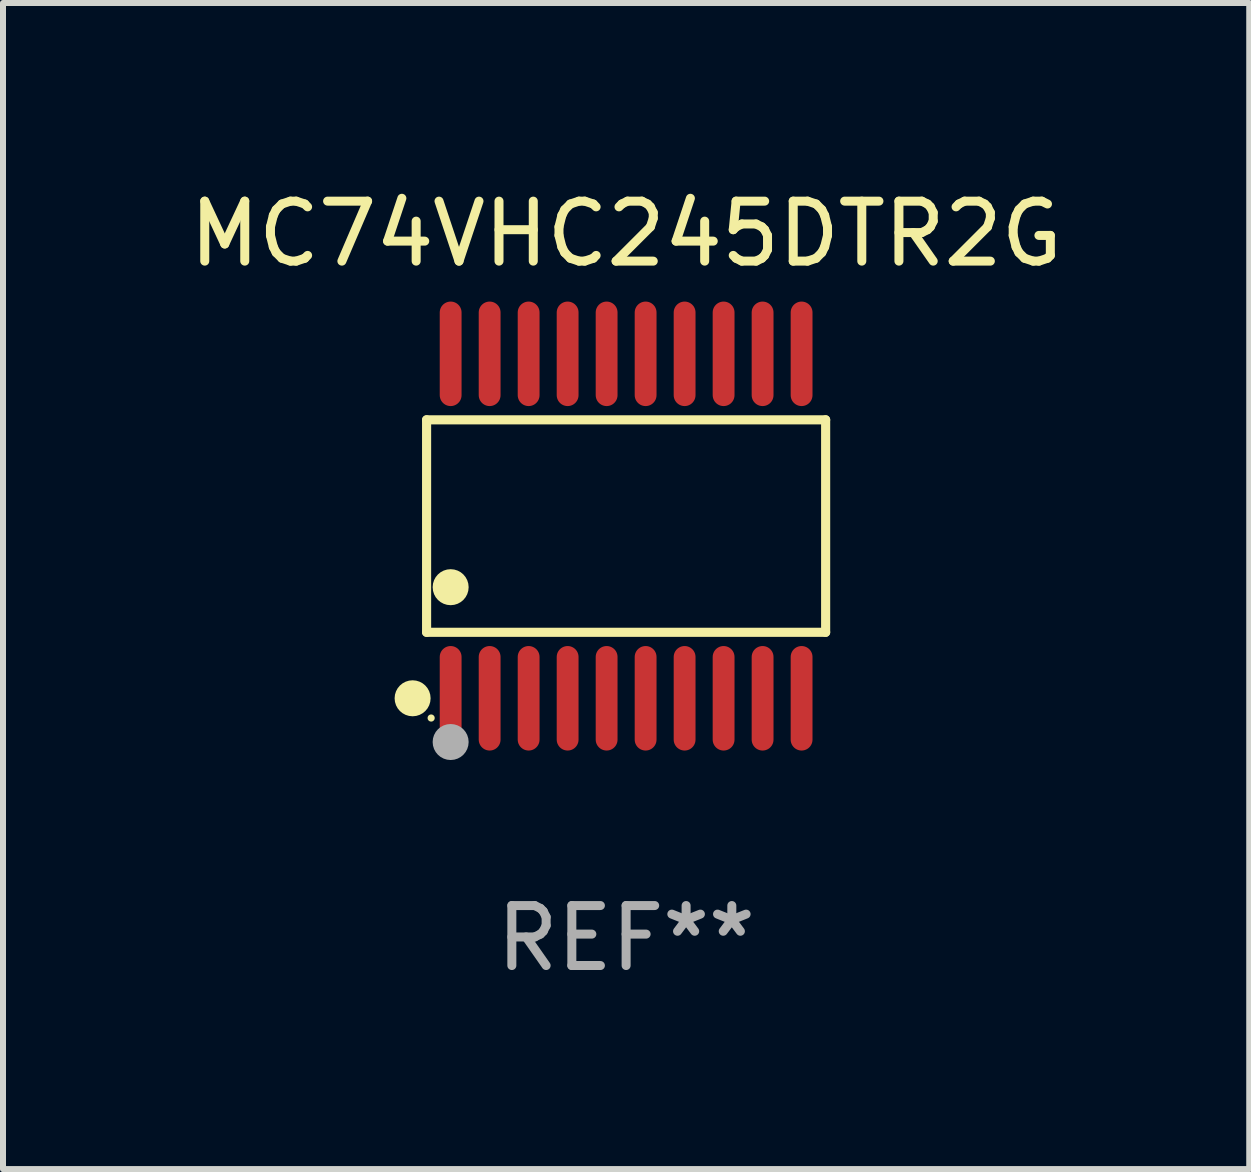
<source format=kicad_pcb>
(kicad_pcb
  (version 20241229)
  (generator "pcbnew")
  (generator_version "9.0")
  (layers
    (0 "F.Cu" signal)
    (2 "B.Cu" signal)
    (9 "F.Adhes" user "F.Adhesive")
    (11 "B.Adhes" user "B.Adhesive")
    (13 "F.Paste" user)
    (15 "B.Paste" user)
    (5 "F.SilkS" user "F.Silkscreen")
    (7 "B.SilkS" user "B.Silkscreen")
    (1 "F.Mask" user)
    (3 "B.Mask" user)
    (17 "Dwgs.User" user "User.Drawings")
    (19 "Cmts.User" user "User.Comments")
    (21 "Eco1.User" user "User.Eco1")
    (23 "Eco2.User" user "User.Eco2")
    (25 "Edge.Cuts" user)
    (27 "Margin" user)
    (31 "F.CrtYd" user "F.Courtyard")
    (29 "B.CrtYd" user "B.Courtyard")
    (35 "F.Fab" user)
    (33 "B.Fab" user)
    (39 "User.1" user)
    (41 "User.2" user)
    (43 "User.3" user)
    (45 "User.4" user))
  (footprint "MC74VHC245DTR2G"
    (layer "F.Cu")
    (at 7.387 5.719)
    (property "Reference" "MC74VHC245DTR2G" (at 0 -4.871 0) (layer "F.SilkS") (effects (font (size 1 1) (thickness 0.15))))
    (attr through_hole)
    (fp_line (start -3.326 -1.771) (end 3.326 -1.771) (stroke (width 0.152) (type solid)) (layer "F.SilkS"))
    (fp_line (start -3.326 1.771) (end -3.326 -1.771) (stroke (width 0.152) (type solid)) (layer "F.SilkS"))
    (fp_line (start 3.326 -1.771) (end 3.326 1.771) (stroke (width 0.152) (type solid)) (layer "F.SilkS"))
    (fp_line (start 3.326 1.771) (end -3.326 1.771) (stroke (width 0.152) (type solid)) (layer "F.SilkS"))
    (fp_circle (center -3.559 2.871) (end -3.409 2.871) (stroke (width 0.3) (type solid)) (fill no) (layer "F.SilkS"))
    (fp_circle (center -3.25 3.2) (end -3.22 3.2) (stroke (width 0.06) (type solid)) (fill no) (layer "F.SilkS"))
    (fp_circle (center -2.925 1.019) (end -2.775 1.019) (stroke (width 0.3) (type solid)) (fill no) (layer "F.SilkS"))
    (fp_circle (center -2.925 3.6) (end -2.775 3.6) (stroke (width 0.3) (type solid)) (fill no) (layer "F.Fab"))
    (fp_text user "REF**" (at 0 6.871 0) (layer "F.Fab") (effects (font (size 1 1) (thickness 0.15))))
    (pad "1" smd oval (at -2.925 2.871) (size 0.364 1.742) (layers "F.Cu" "F.Mask" "F.Paste"))
    (pad "2" smd oval (at -2.275 2.871) (size 0.364 1.742) (layers "F.Cu" "F.Mask" "F.Paste"))
    (pad "3" smd oval (at -1.625 2.871) (size 0.364 1.742) (layers "F.Cu" "F.Mask" "F.Paste"))
    (pad "4" smd oval (at -0.975 2.871) (size 0.364 1.742) (layers "F.Cu" "F.Mask" "F.Paste"))
    (pad "5" smd oval (at -0.325 2.871) (size 0.364 1.742) (layers "F.Cu" "F.Mask" "F.Paste"))
    (pad "6" smd oval (at 0.325 2.871) (size 0.364 1.742) (layers "F.Cu" "F.Mask" "F.Paste"))
    (pad "7" smd oval (at 0.975 2.871) (size 0.364 1.742) (layers "F.Cu" "F.Mask" "F.Paste"))
    (pad "8" smd oval (at 1.625 2.871) (size 0.364 1.742) (layers "F.Cu" "F.Mask" "F.Paste"))
    (pad "9" smd oval (at 2.275 2.871) (size 0.364 1.742) (layers "F.Cu" "F.Mask" "F.Paste"))
    (pad "10" smd oval (at 2.925 2.871) (size 0.364 1.742) (layers "F.Cu" "F.Mask" "F.Paste"))
    (pad "11" smd oval (at 2.925 -2.871) (size 0.364 1.742) (layers "F.Cu" "F.Mask" "F.Paste"))
    (pad "12" smd oval (at 2.275 -2.871) (size 0.364 1.742) (layers "F.Cu" "F.Mask" "F.Paste"))
    (pad "13" smd oval (at 1.625 -2.871) (size 0.364 1.742) (layers "F.Cu" "F.Mask" "F.Paste"))
    (pad "14" smd oval (at 0.975 -2.871) (size 0.364 1.742) (layers "F.Cu" "F.Mask" "F.Paste"))
    (pad "15" smd oval (at 0.325 -2.871) (size 0.364 1.742) (layers "F.Cu" "F.Mask" "F.Paste"))
    (pad "16" smd oval (at -0.325 -2.871) (size 0.364 1.742) (layers "F.Cu" "F.Mask" "F.Paste"))
    (pad "17" smd oval (at -0.975 -2.871) (size 0.364 1.742) (layers "F.Cu" "F.Mask" "F.Paste"))
    (pad "18" smd oval (at -1.625 -2.871) (size 0.364 1.742) (layers "F.Cu" "F.Mask" "F.Paste"))
    (pad "19" smd oval (at -2.275 -2.871) (size 0.364 1.742) (layers "F.Cu" "F.Mask" "F.Paste"))
    (pad "20" smd oval (at -2.925 -2.871) (size 0.364 1.742) (layers "F.Cu" "F.Mask" "F.Paste")))
  (gr_rect
    (start -3 -3)
    (end 17.774 16.438)
    (stroke (width 0.1) (type default))
    (fill no)
    (layer "Edge.Cuts")))
</source>
